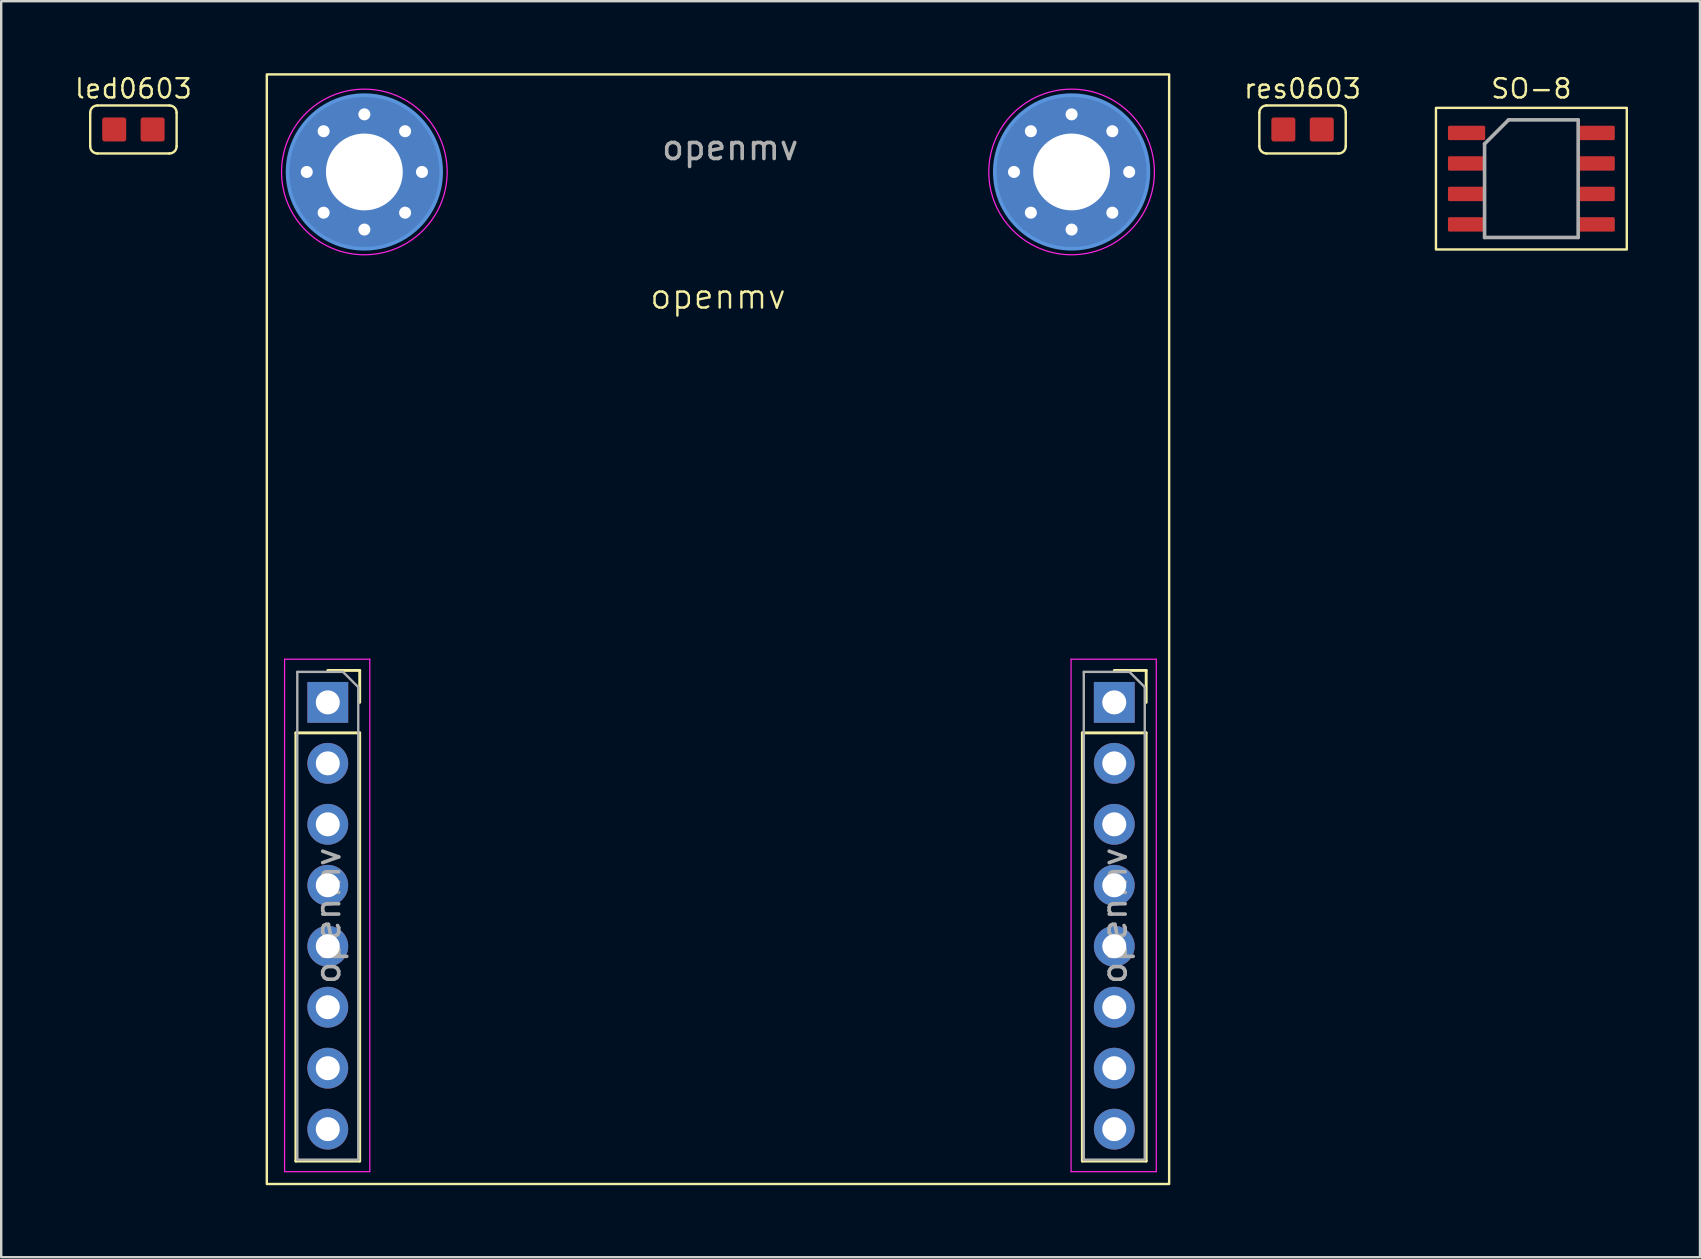
<source format=kicad_pcb>
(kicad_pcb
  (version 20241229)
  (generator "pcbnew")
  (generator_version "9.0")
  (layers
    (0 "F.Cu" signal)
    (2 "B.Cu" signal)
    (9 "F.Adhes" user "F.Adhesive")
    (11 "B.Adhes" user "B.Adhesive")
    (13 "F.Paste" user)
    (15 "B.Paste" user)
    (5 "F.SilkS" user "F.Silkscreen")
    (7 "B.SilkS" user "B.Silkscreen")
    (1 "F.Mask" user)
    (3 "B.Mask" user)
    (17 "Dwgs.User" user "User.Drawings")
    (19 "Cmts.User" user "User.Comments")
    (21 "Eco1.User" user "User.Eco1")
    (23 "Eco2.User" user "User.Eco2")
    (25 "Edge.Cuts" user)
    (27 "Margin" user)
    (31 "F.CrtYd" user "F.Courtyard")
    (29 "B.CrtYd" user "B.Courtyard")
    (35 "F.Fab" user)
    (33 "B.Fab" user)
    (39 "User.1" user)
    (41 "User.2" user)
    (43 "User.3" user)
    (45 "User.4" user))
  (footprint "res0603"
    (layer "F.Cu")
    (at 51.216 2.344)
    (property "Reference" "res0603" (at 0 -1.7 0) (layer "F.SilkS") (effects (font (size 0.8 0.8) (thickness 0.1))))
    (attr smd)
    (fp_line (start -1.8 0.7) (end -1.8 -0.7) (stroke (width 0.1) (type default)) (layer "F.SilkS"))
    (fp_line (start -1.5 -1) (end 1.5 -1) (stroke (width 0.1) (type default)) (layer "F.SilkS"))
    (fp_line (start -1.5 1) (end 1.5 1) (stroke (width 0.1) (type default)) (layer "F.SilkS"))
    (fp_line (start 1.8 -0.7) (end 1.8 0.7) (stroke (width 0.1) (type default)) (layer "F.SilkS"))
    (fp_arc (start -1.8 -0.7) (mid -1.712132 -0.912132) (end -1.5 -1) (stroke (width 0.1) (type default)) (layer "F.SilkS"))
    (fp_arc (start -1.5 1) (mid -1.712132 0.912132) (end -1.8 0.7) (stroke (width 0.1) (type default)) (layer "F.SilkS"))
    (fp_arc (start 1.5 -1) (mid 1.712132 -0.912132) (end 1.8 -0.7) (stroke (width 0.1) (type default)) (layer "F.SilkS"))
    (fp_arc (start 1.8 0.7) (mid 1.712132 0.912132) (end 1.5 1) (stroke (width 0.1) (type default)) (layer "F.SilkS"))
    (pad "1" smd roundrect (at -0.8 0) (size 1 1) (layers "F.Cu" "F.Mask" "F.Paste") (roundrect_rratio 0.1))
    (pad "2" smd roundrect (at 0.8 0) (size 1 1) (layers "F.Cu" "F.Mask" "F.Paste") (roundrect_rratio 0.1)))
  (footprint "led0603"
    (layer "F.Cu")
    (at 2.508 2.344)
    (property "Reference" "led0603" (at 0 -1.7 0) (unlocked yes) (layer "F.SilkS") (effects (font (size 0.8 0.8) (thickness 0.1))))
    (attr smd)
    (fp_line (start -1.8 0.7) (end -1.8 -0.7) (stroke (width 0.1) (type default)) (layer "F.SilkS"))
    (fp_line (start -1.5 -1) (end 1.5 -1) (stroke (width 0.1) (type default)) (layer "F.SilkS"))
    (fp_line (start -1.5 1) (end 1.5 1) (stroke (width 0.1) (type default)) (layer "F.SilkS"))
    (fp_line (start 1.8 -0.7) (end 1.8 0.7) (stroke (width 0.1) (type default)) (layer "F.SilkS"))
    (fp_arc (start -1.8 -0.7) (mid -1.712132 -0.912132) (end -1.5 -1) (stroke (width 0.1) (type default)) (layer "F.SilkS"))
    (fp_arc (start -1.5 1) (mid -1.712132 0.912132) (end -1.8 0.7) (stroke (width 0.1) (type default)) (layer "F.SilkS"))
    (fp_arc (start 1.5 -1) (mid 1.712132 -0.912132) (end 1.8 -0.7) (stroke (width 0.1) (type default)) (layer "F.SilkS"))
    (fp_arc (start 1.8 0.7) (mid 1.712132 0.912132) (end 1.5 1) (stroke (width 0.1) (type default)) (layer "F.SilkS"))
    (pad "1" smd roundrect (at -0.8 0) (size 1 1) (layers "F.Cu" "F.Mask" "F.Paste") (roundrect_rratio 0.1))
    (pad "2" smd roundrect (at 0.8 0) (size 1 1) (layers "F.Cu" "F.Mask" "F.Paste") (roundrect_rratio 0.1)))
  (footprint "SO-8"
    (layer "F.Cu")
    (at 60.749 4.394)
    (property "Reference" "SO-8" (at 0 -3.75 0) (unlocked yes) (layer "F.SilkS") (effects (font (size 0.8 0.8) (thickness 0.1))))
    (attr smd)
    (fp_rect (start 3.975 -2.95) (end -3.975 2.95) (stroke (width 0.1) (type solid)) (fill no) (layer "F.SilkS"))
    (fp_line (start -1.95 -1.45) (end -0.95 -2.45) (stroke (width 0.15) (type solid)) (layer "F.Fab"))
    (fp_line (start -1.95 2.45) (end -1.95 -1.45) (stroke (width 0.15) (type solid)) (layer "F.Fab"))
    (fp_line (start -0.95 -2.45) (end 1.95 -2.45) (stroke (width 0.15) (type solid)) (layer "F.Fab"))
    (fp_line (start 1.95 -2.45) (end 1.95 2.45) (stroke (width 0.15) (type solid)) (layer "F.Fab"))
    (fp_line (start 1.95 2.45) (end -1.95 2.45) (stroke (width 0.15) (type solid)) (layer "F.Fab"))
    (pad "1" smd roundrect (at -2.7 -1.905) (size 1.55 0.6) (layers "F.Cu" "F.Mask" "F.Paste") (roundrect_rratio 0.1))
    (pad "2" smd roundrect (at -2.7 -0.635) (size 1.55 0.6) (layers "F.Cu" "F.Mask" "F.Paste") (roundrect_rratio 0.1))
    (pad "3" smd roundrect (at -2.7 0.635) (size 1.55 0.6) (layers "F.Cu" "F.Mask" "F.Paste") (roundrect_rratio 0.1))
    (pad "4" smd roundrect (at -2.7 1.905) (size 1.55 0.6) (layers "F.Cu" "F.Mask" "F.Paste") (roundrect_rratio 0.1))
    (pad "5" smd roundrect (at 2.7 1.905) (size 1.55 0.6) (layers "F.Cu" "F.Mask" "F.Paste") (roundrect_rratio 0.1))
    (pad "6" smd roundrect (at 2.7 0.635) (size 1.55 0.6) (layers "F.Cu" "F.Mask" "F.Paste") (roundrect_rratio 0.1))
    (pad "7" smd roundrect (at 2.7 -0.635) (size 1.55 0.6) (layers "F.Cu" "F.Mask" "F.Paste") (roundrect_rratio 0.1))
    (pad "8" smd roundrect (at 2.7 -1.905) (size 1.55 0.6) (layers "F.Cu" "F.Mask" "F.Paste") (roundrect_rratio 0.1)))
  (footprint "openmv"
    (layer "F.Cu")
    (at 26.862 9.305)
    (property "Reference" "openmv" (at 0 0 0) (unlocked yes) (layer "F.SilkS") (effects (font (size 1 1) (thickness 0.1))))
    (attr smd)
    (fp_line (start -17.586 18.177) (end -17.586 36.017) (stroke (width 0.12) (type solid)) (layer "F.SilkS"))
    (fp_line (start -17.586 18.177) (end -14.926 18.177) (stroke (width 0.12) (type solid)) (layer "F.SilkS"))
    (fp_line (start -17.586 36.017) (end -14.926 36.017) (stroke (width 0.12) (type solid)) (layer "F.SilkS"))
    (fp_line (start -16.256 15.577) (end -14.926 15.577) (stroke (width 0.12) (type solid)) (layer "F.SilkS"))
    (fp_line (start -14.926 15.577) (end -14.926 16.907) (stroke (width 0.12) (type solid)) (layer "F.SilkS"))
    (fp_line (start -14.926 18.177) (end -14.926 36.017) (stroke (width 0.12) (type solid)) (layer "F.SilkS"))
    (fp_line (start 15.18 18.177) (end 15.18 36.017) (stroke (width 0.12) (type solid)) (layer "F.SilkS"))
    (fp_line (start 15.18 18.177) (end 17.84 18.177) (stroke (width 0.12) (type solid)) (layer "F.SilkS"))
    (fp_line (start 15.18 36.017) (end 17.84 36.017) (stroke (width 0.12) (type solid)) (layer "F.SilkS"))
    (fp_line (start 16.51 15.577) (end 17.84 15.577) (stroke (width 0.12) (type solid)) (layer "F.SilkS"))
    (fp_line (start 17.84 15.577) (end 17.84 16.907) (stroke (width 0.12) (type solid)) (layer "F.SilkS"))
    (fp_line (start 17.84 18.177) (end 17.84 36.017) (stroke (width 0.12) (type solid)) (layer "F.SilkS"))
    (fp_rect (start -18.796 36.973) (end 18.796 -9.255) (stroke (width 0.1) (type default)) (fill no) (layer "F.SilkS"))
    (fp_circle (center -14.732 -5.191) (end -11.532 -5.191) (stroke (width 0.15) (type solid)) (fill no) (layer "Cmts.User"))
    (fp_circle (center 14.732 -5.191) (end 17.932 -5.191) (stroke (width 0.15) (type solid)) (fill no) (layer "Cmts.User"))
    (fp_line (start -18.056 15.107) (end -14.506 15.107) (stroke (width 0.05) (type solid)) (layer "F.CrtYd"))
    (fp_line (start -18.056 36.457) (end -18.056 15.107) (stroke (width 0.05) (type solid)) (layer "F.CrtYd"))
    (fp_line (start -14.506 15.107) (end -14.506 36.457) (stroke (width 0.05) (type solid)) (layer "F.CrtYd"))
    (fp_line (start -14.506 36.457) (end -18.056 36.457) (stroke (width 0.05) (type solid)) (layer "F.CrtYd"))
    (fp_line (start 14.71 15.107) (end 18.26 15.107) (stroke (width 0.05) (type solid)) (layer "F.CrtYd"))
    (fp_line (start 14.71 36.457) (end 14.71 15.107) (stroke (width 0.05) (type solid)) (layer "F.CrtYd"))
    (fp_line (start 18.26 15.107) (end 18.26 36.457) (stroke (width 0.05) (type solid)) (layer "F.CrtYd"))
    (fp_line (start 18.26 36.457) (end 14.71 36.457) (stroke (width 0.05) (type solid)) (layer "F.CrtYd"))
    (fp_circle (center -14.732 -5.191) (end -11.282 -5.191) (stroke (width 0.05) (type solid)) (fill no) (layer "F.CrtYd"))
    (fp_circle (center 14.732 -5.191) (end 18.182 -5.191) (stroke (width 0.05) (type solid)) (fill no) (layer "F.CrtYd"))
    (fp_line (start -17.526 15.637) (end -15.621 15.637) (stroke (width 0.1) (type solid)) (layer "F.Fab"))
    (fp_line (start -17.526 35.957) (end -17.526 15.637) (stroke (width 0.1) (type solid)) (layer "F.Fab"))
    (fp_line (start -15.621 15.637) (end -14.986 16.272) (stroke (width 0.1) (type solid)) (layer "F.Fab"))
    (fp_line (start -14.986 16.272) (end -14.986 35.957) (stroke (width 0.1) (type solid)) (layer "F.Fab"))
    (fp_line (start -14.986 35.957) (end -17.526 35.957) (stroke (width 0.1) (type solid)) (layer "F.Fab"))
    (fp_line (start 15.24 15.637) (end 17.145 15.637) (stroke (width 0.1) (type solid)) (layer "F.Fab"))
    (fp_line (start 15.24 35.957) (end 15.24 15.637) (stroke (width 0.1) (type solid)) (layer "F.Fab"))
    (fp_line (start 17.145 15.637) (end 17.78 16.272) (stroke (width 0.1) (type solid)) (layer "F.Fab"))
    (fp_line (start 17.78 16.272) (end 17.78 35.957) (stroke (width 0.1) (type solid)) (layer "F.Fab"))
    (fp_line (start 17.78 35.957) (end 15.24 35.957) (stroke (width 0.1) (type solid)) (layer "F.Fab"))
    (fp_line (start -0.002 -3) (end -0.002 3) (stroke (width 0.1) (type default)) (layer "User.1"))
    (fp_line (start 0 -5.699) (end -0.002 0) (stroke (width 0.1) (type default)) (layer "User.1"))
    (fp_line (start 2.998 0) (end -3.002 0) (stroke (width 0.1) (type default)) (layer "User.1"))
    (fp_circle (center -15.242 0.009) (end -14.242 0.009) (stroke (width 0.2) (type default)) (fill no) (layer "User.1"))
    (fp_circle (center -0.002 0) (end 2.998 0) (stroke (width 0.1) (type default)) (fill no) (layer "User.1"))
    (fp_circle (center 15.238 -0.009) (end 16.238 -0.009) (stroke (width 0.2) (type default)) (fill no) (layer "User.1"))
    (fp_text user "${REFERENCE}" (at 0.508 -6.207 0) (unlocked yes) (layer "F.Fab") (effects (font (size 1 1) (thickness 0.15))))
    (fp_text user "${REFERENCE}" (at 16.51 25.797 90) (layer "F.Fab") (effects (font (size 1 1) (thickness 0.15))))
    (fp_text user "${REFERENCE}" (at -16.256 25.797 90) (layer "F.Fab") (effects (font (size 1 1) (thickness 0.15))))
    (pad "0" thru_hole circle (at -17.132 -5.191) (size 0.8 0.8) (drill 0.5) (layers "*.Cu" "*.Mask"))
    (pad "0" thru_hole circle (at -16.429 -6.888) (size 0.8 0.8) (drill 0.5) (layers "*.Cu" "*.Mask"))
    (pad "0" thru_hole circle (at -16.429 -3.494) (size 0.8 0.8) (drill 0.5) (layers "*.Cu" "*.Mask"))
    (pad "0" thru_hole circle (at -14.732 -7.591) (size 0.8 0.8) (drill 0.5) (layers "*.Cu" "*.Mask"))
    (pad "0" thru_hole circle (at -14.732 -5.191) (size 6.4 6.4) (drill 3.2) (layers "*.Cu" "*.Mask"))
    (pad "0" thru_hole circle (at -14.732 -2.791) (size 0.8 0.8) (drill 0.5) (layers "*.Cu" "*.Mask"))
    (pad "0" thru_hole circle (at -13.035 -6.888) (size 0.8 0.8) (drill 0.5) (layers "*.Cu" "*.Mask"))
    (pad "0" thru_hole circle (at -13.035 -3.494) (size 0.8 0.8) (drill 0.5) (layers "*.Cu" "*.Mask"))
    (pad "0" thru_hole circle (at -12.332 -5.191) (size 0.8 0.8) (drill 0.5) (layers "*.Cu" "*.Mask"))
    (pad "0" thru_hole circle (at 12.332 -5.191) (size 0.8 0.8) (drill 0.5) (layers "*.Cu" "*.Mask"))
    (pad "0" thru_hole circle (at 13.035 -6.888) (size 0.8 0.8) (drill 0.5) (layers "*.Cu" "*.Mask"))
    (pad "0" thru_hole circle (at 13.035 -3.494) (size 0.8 0.8) (drill 0.5) (layers "*.Cu" "*.Mask"))
    (pad "0" thru_hole circle (at 14.732 -7.591) (size 0.8 0.8) (drill 0.5) (layers "*.Cu" "*.Mask"))
    (pad "0" thru_hole circle (at 14.732 -5.191) (size 6.4 6.4) (drill 3.2) (layers "*.Cu" "*.Mask"))
    (pad "0" thru_hole circle (at 14.732 -2.791) (size 0.8 0.8) (drill 0.5) (layers "*.Cu" "*.Mask"))
    (pad "0" thru_hole circle (at 16.429 -6.888) (size 0.8 0.8) (drill 0.5) (layers "*.Cu" "*.Mask"))
    (pad "0" thru_hole circle (at 16.429 -3.494) (size 0.8 0.8) (drill 0.5) (layers "*.Cu" "*.Mask"))
    (pad "0" thru_hole circle (at 17.132 -5.191) (size 0.8 0.8) (drill 0.5) (layers "*.Cu" "*.Mask"))
    (pad "1" thru_hole rect (at -16.256 16.907) (size 1.7 1.7) (drill 1) (layers "*.Cu" "*.Mask"))
    (pad "2" thru_hole oval (at -16.256 19.447) (size 1.7 1.7) (drill 1) (layers "*.Cu" "*.Mask"))
    (pad "3" thru_hole oval (at -16.256 21.987) (size 1.7 1.7) (drill 1) (layers "*.Cu" "*.Mask"))
    (pad "4" thru_hole oval (at -16.256 24.527) (size 1.7 1.7) (drill 1) (layers "*.Cu" "*.Mask"))
    (pad "5" thru_hole oval (at -16.256 27.067) (size 1.7 1.7) (drill 1) (layers "*.Cu" "*.Mask"))
    (pad "6" thru_hole oval (at -16.256 29.607) (size 1.7 1.7) (drill 1) (layers "*.Cu" "*.Mask"))
    (pad "7" thru_hole oval (at -16.256 32.147) (size 1.7 1.7) (drill 1) (layers "*.Cu" "*.Mask"))
    (pad "8" thru_hole oval (at -16.256 34.687) (size 1.7 1.7) (drill 1) (layers "*.Cu" "*.Mask"))
    (pad "9" thru_hole oval (at 16.51 34.687) (size 1.7 1.7) (drill 1) (layers "*.Cu" "*.Mask"))
    (pad "10" thru_hole oval (at 16.51 32.147) (size 1.7 1.7) (drill 1) (layers "*.Cu" "*.Mask"))
    (pad "11" thru_hole oval (at 16.51 29.607) (size 1.7 1.7) (drill 1) (layers "*.Cu" "*.Mask"))
    (pad "12" thru_hole oval (at 16.51 27.067) (size 1.7 1.7) (drill 1) (layers "*.Cu" "*.Mask"))
    (pad "13" thru_hole oval (at 16.51 24.527) (size 1.7 1.7) (drill 1) (layers "*.Cu" "*.Mask"))
    (pad "14" thru_hole oval (at 16.51 21.987) (size 1.7 1.7) (drill 1) (layers "*.Cu" "*.Mask"))
    (pad "15" thru_hole oval (at 16.51 19.447) (size 1.7 1.7) (drill 1) (layers "*.Cu" "*.Mask"))
    (pad "16" thru_hole rect (at 16.51 16.907) (size 1.7 1.7) (drill 1) (layers "*.Cu" "*.Mask")))
  (gr_rect
    (start -3 -3)
    (end 67.774 49.328)
    (stroke (width 0.1) (type default))
    (fill no)
    (layer "Edge.Cuts")))
</source>
